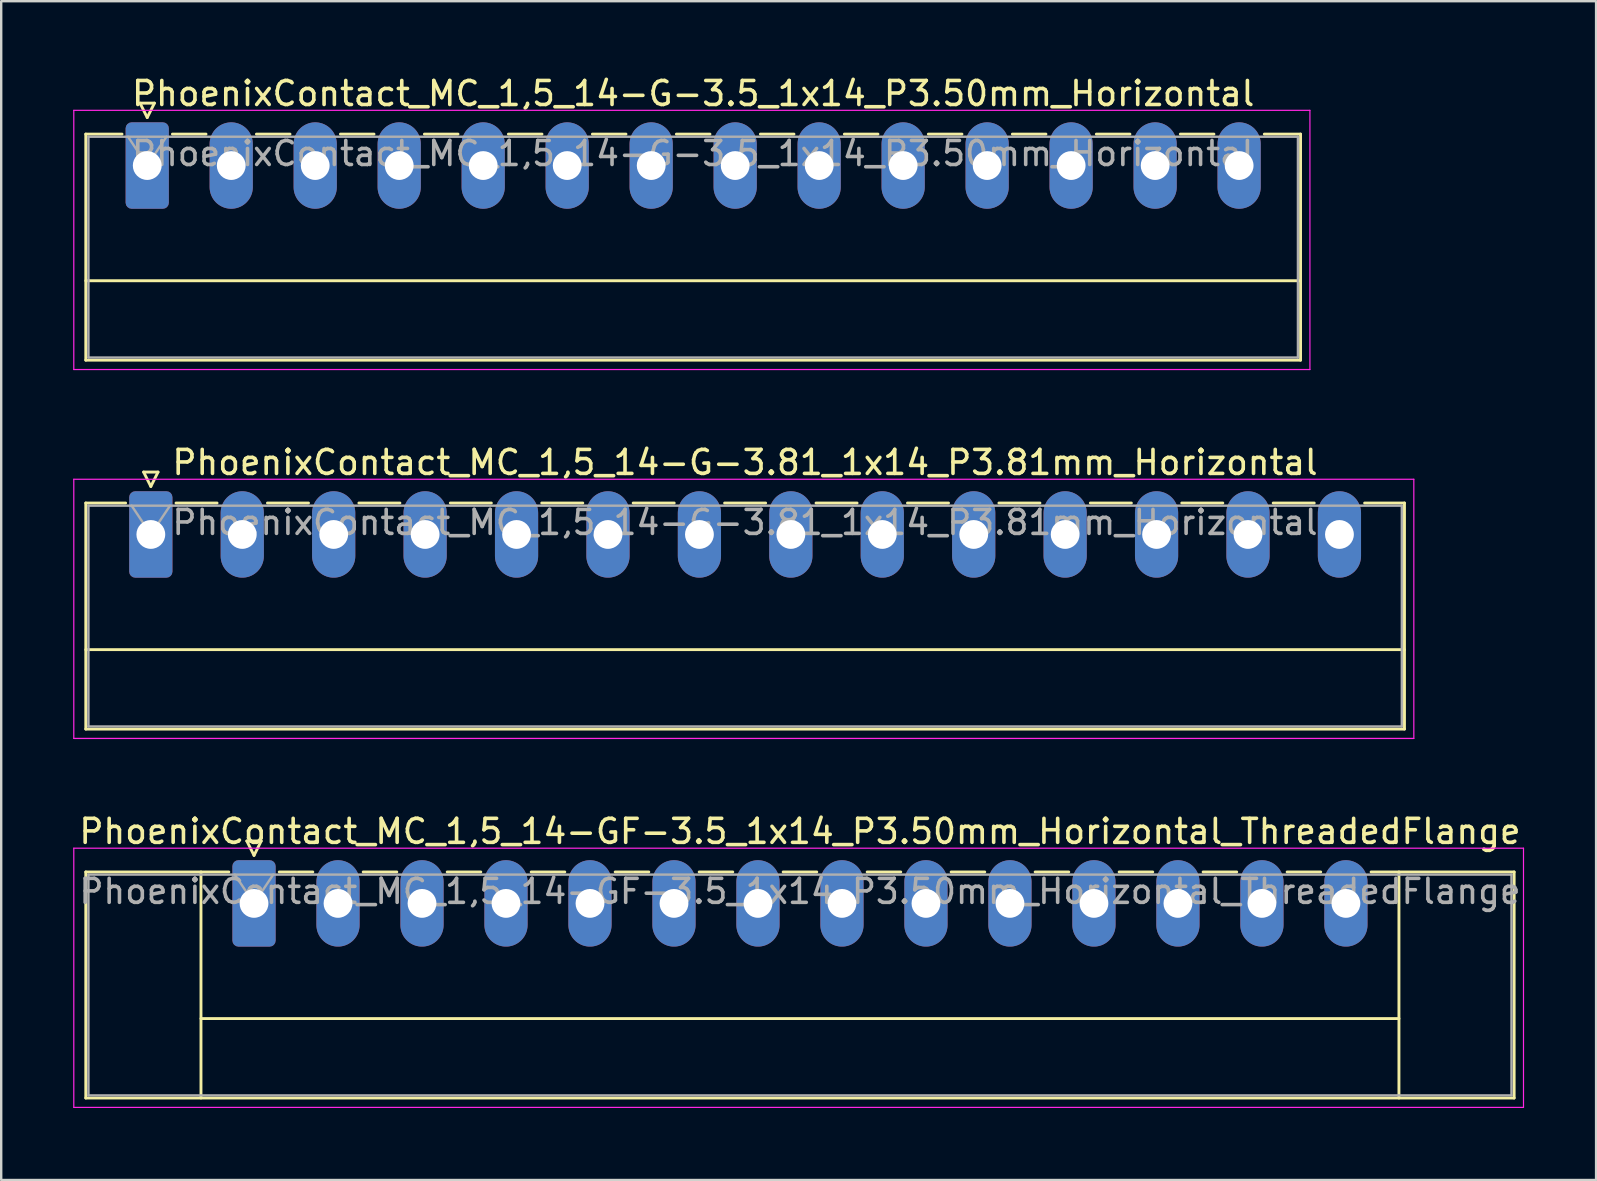
<source format=kicad_pcb>
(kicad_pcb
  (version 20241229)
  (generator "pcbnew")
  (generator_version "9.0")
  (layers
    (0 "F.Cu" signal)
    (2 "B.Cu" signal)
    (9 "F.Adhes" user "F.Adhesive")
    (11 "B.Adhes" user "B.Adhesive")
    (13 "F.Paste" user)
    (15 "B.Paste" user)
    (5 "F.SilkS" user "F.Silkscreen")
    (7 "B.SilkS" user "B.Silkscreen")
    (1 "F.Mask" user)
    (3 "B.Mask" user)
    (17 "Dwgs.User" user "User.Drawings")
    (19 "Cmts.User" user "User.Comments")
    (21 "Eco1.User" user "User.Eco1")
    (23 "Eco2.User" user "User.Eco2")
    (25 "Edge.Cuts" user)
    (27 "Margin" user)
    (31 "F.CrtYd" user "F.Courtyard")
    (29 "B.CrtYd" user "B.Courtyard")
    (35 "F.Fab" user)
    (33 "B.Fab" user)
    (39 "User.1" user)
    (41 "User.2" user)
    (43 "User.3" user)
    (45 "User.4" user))
  (footprint "PhoenixContact_MC_1,5_14-G-3.81_1x14_P3.81mm_Horizontal"
    (layer "F.Cu")
    (at 3.235 19.221)
    (property "Reference" "PhoenixContact_MC_1,5_14-G-3.81_1x14_P3.81mm_Horizontal" (at 24.76 -3 0) (layer "F.SilkS") (effects (font (size 1 1) (thickness 0.15))))
    (attr through_hole)
    (fp_line (start -2.71 -1.31) (end -2.71 8.11) (stroke (width 0.12) (type solid)) (layer "F.SilkS"))
    (fp_line (start -2.71 -1.31) (end -1.05 -1.31) (stroke (width 0.12) (type solid)) (layer "F.SilkS"))
    (fp_line (start -2.71 4.8) (end 52.24 4.8) (stroke (width 0.12) (type solid)) (layer "F.SilkS"))
    (fp_line (start -2.71 8.11) (end 52.24 8.11) (stroke (width 0.12) (type solid)) (layer "F.SilkS"))
    (fp_line (start -0.3 -2.6) (end 0.3 -2.6) (stroke (width 0.12) (type solid)) (layer "F.SilkS"))
    (fp_line (start 0 -2) (end -0.3 -2.6) (stroke (width 0.12) (type solid)) (layer "F.SilkS"))
    (fp_line (start 0.3 -2.6) (end 0 -2) (stroke (width 0.12) (type solid)) (layer "F.SilkS"))
    (fp_line (start 1.05 -1.31) (end 2.76 -1.31) (stroke (width 0.12) (type solid)) (layer "F.SilkS"))
    (fp_line (start 4.86 -1.31) (end 6.57 -1.31) (stroke (width 0.12) (type solid)) (layer "F.SilkS"))
    (fp_line (start 8.67 -1.31) (end 10.38 -1.31) (stroke (width 0.12) (type solid)) (layer "F.SilkS"))
    (fp_line (start 12.48 -1.31) (end 14.19 -1.31) (stroke (width 0.12) (type solid)) (layer "F.SilkS"))
    (fp_line (start 16.29 -1.31) (end 18 -1.31) (stroke (width 0.12) (type solid)) (layer "F.SilkS"))
    (fp_line (start 20.1 -1.31) (end 21.81 -1.31) (stroke (width 0.12) (type solid)) (layer "F.SilkS"))
    (fp_line (start 23.91 -1.31) (end 25.62 -1.31) (stroke (width 0.12) (type solid)) (layer "F.SilkS"))
    (fp_line (start 27.72 -1.31) (end 29.43 -1.31) (stroke (width 0.12) (type solid)) (layer "F.SilkS"))
    (fp_line (start 31.53 -1.31) (end 33.24 -1.31) (stroke (width 0.12) (type solid)) (layer "F.SilkS"))
    (fp_line (start 35.34 -1.31) (end 37.05 -1.31) (stroke (width 0.12) (type solid)) (layer "F.SilkS"))
    (fp_line (start 39.15 -1.31) (end 40.86 -1.31) (stroke (width 0.12) (type solid)) (layer "F.SilkS"))
    (fp_line (start 42.96 -1.31) (end 44.67 -1.31) (stroke (width 0.12) (type solid)) (layer "F.SilkS"))
    (fp_line (start 46.77 -1.31) (end 48.48 -1.31) (stroke (width 0.12) (type solid)) (layer "F.SilkS"))
    (fp_line (start 52.24 -1.31) (end 50.58 -1.31) (stroke (width 0.12) (type solid)) (layer "F.SilkS"))
    (fp_line (start 52.24 8.11) (end 52.24 -1.31) (stroke (width 0.12) (type solid)) (layer "F.SilkS"))
    (fp_line (start -3.21 -2.3) (end -3.21 8.5) (stroke (width 0.05) (type solid)) (layer "F.CrtYd"))
    (fp_line (start -3.21 8.5) (end 52.63 8.5) (stroke (width 0.05) (type solid)) (layer "F.CrtYd"))
    (fp_line (start 52.63 -2.3) (end -3.21 -2.3) (stroke (width 0.05) (type solid)) (layer "F.CrtYd"))
    (fp_line (start 52.63 8.5) (end 52.63 -2.3) (stroke (width 0.05) (type solid)) (layer "F.CrtYd"))
    (fp_line (start -2.6 -1.2) (end -2.6 8) (stroke (width 0.1) (type solid)) (layer "F.Fab"))
    (fp_line (start -2.6 8) (end 52.13 8) (stroke (width 0.1) (type solid)) (layer "F.Fab"))
    (fp_line (start 0 0) (end -0.8 -1.2) (stroke (width 0.1) (type solid)) (layer "F.Fab"))
    (fp_line (start 0.8 -1.2) (end 0 0) (stroke (width 0.1) (type solid)) (layer "F.Fab"))
    (fp_line (start 52.13 -1.2) (end -2.6 -1.2) (stroke (width 0.1) (type solid)) (layer "F.Fab"))
    (fp_line (start 52.13 8) (end 52.13 -1.2) (stroke (width 0.1) (type solid)) (layer "F.Fab"))
    (fp_text user "${REFERENCE}" (at 24.76 -0.5 0) (layer "F.Fab") (effects (font (size 1 1) (thickness 0.15))))
    (pad "1" thru_hole roundrect (at 0 0) (size 1.8 3.6) (drill 1.2) (layers "*.Cu" "*.Mask") (roundrect_rratio 0.139))
    (pad "2" thru_hole oval (at 3.81 0) (size 1.8 3.6) (drill 1.2) (layers "*.Cu" "*.Mask"))
    (pad "3" thru_hole oval (at 7.62 0) (size 1.8 3.6) (drill 1.2) (layers "*.Cu" "*.Mask"))
    (pad "4" thru_hole oval (at 11.43 0) (size 1.8 3.6) (drill 1.2) (layers "*.Cu" "*.Mask"))
    (pad "5" thru_hole oval (at 15.24 0) (size 1.8 3.6) (drill 1.2) (layers "*.Cu" "*.Mask"))
    (pad "6" thru_hole oval (at 19.05 0) (size 1.8 3.6) (drill 1.2) (layers "*.Cu" "*.Mask"))
    (pad "7" thru_hole oval (at 22.86 0) (size 1.8 3.6) (drill 1.2) (layers "*.Cu" "*.Mask"))
    (pad "8" thru_hole oval (at 26.67 0) (size 1.8 3.6) (drill 1.2) (layers "*.Cu" "*.Mask"))
    (pad "9" thru_hole oval (at 30.48 0) (size 1.8 3.6) (drill 1.2) (layers "*.Cu" "*.Mask"))
    (pad "10" thru_hole oval (at 34.29 0) (size 1.8 3.6) (drill 1.2) (layers "*.Cu" "*.Mask"))
    (pad "11" thru_hole oval (at 38.1 0) (size 1.8 3.6) (drill 1.2) (layers "*.Cu" "*.Mask"))
    (pad "12" thru_hole oval (at 41.91 0) (size 1.8 3.6) (drill 1.2) (layers "*.Cu" "*.Mask"))
    (pad "13" thru_hole oval (at 45.72 0) (size 1.8 3.6) (drill 1.2) (layers "*.Cu" "*.Mask"))
    (pad "14" thru_hole oval (at 49.53 0) (size 1.8 3.6) (drill 1.2) (layers "*.Cu" "*.Mask")))
  (footprint "PhoenixContact_MC_1,5_14-G-3.5_1x14_P3.50mm_Horizontal"
    (layer "F.Cu")
    (at 3.085 3.848)
    (property "Reference" "PhoenixContact_MC_1,5_14-G-3.5_1x14_P3.50mm_Horizontal" (at 22.75 -3 0) (layer "F.SilkS") (effects (font (size 1 1) (thickness 0.15))))
    (attr through_hole)
    (fp_line (start -2.56 -1.31) (end -2.56 8.11) (stroke (width 0.12) (type solid)) (layer "F.SilkS"))
    (fp_line (start -2.56 -1.31) (end -1.05 -1.31) (stroke (width 0.12) (type solid)) (layer "F.SilkS"))
    (fp_line (start -2.56 4.8) (end 48.06 4.8) (stroke (width 0.12) (type solid)) (layer "F.SilkS"))
    (fp_line (start -2.56 8.11) (end 48.06 8.11) (stroke (width 0.12) (type solid)) (layer "F.SilkS"))
    (fp_line (start -0.3 -2.6) (end 0.3 -2.6) (stroke (width 0.12) (type solid)) (layer "F.SilkS"))
    (fp_line (start 0 -2) (end -0.3 -2.6) (stroke (width 0.12) (type solid)) (layer "F.SilkS"))
    (fp_line (start 0.3 -2.6) (end 0 -2) (stroke (width 0.12) (type solid)) (layer "F.SilkS"))
    (fp_line (start 1.05 -1.31) (end 2.45 -1.31) (stroke (width 0.12) (type solid)) (layer "F.SilkS"))
    (fp_line (start 4.55 -1.31) (end 5.95 -1.31) (stroke (width 0.12) (type solid)) (layer "F.SilkS"))
    (fp_line (start 8.05 -1.31) (end 9.45 -1.31) (stroke (width 0.12) (type solid)) (layer "F.SilkS"))
    (fp_line (start 11.55 -1.31) (end 12.95 -1.31) (stroke (width 0.12) (type solid)) (layer "F.SilkS"))
    (fp_line (start 15.05 -1.31) (end 16.45 -1.31) (stroke (width 0.12) (type solid)) (layer "F.SilkS"))
    (fp_line (start 18.55 -1.31) (end 19.95 -1.31) (stroke (width 0.12) (type solid)) (layer "F.SilkS"))
    (fp_line (start 22.05 -1.31) (end 23.45 -1.31) (stroke (width 0.12) (type solid)) (layer "F.SilkS"))
    (fp_line (start 25.55 -1.31) (end 26.95 -1.31) (stroke (width 0.12) (type solid)) (layer "F.SilkS"))
    (fp_line (start 29.05 -1.31) (end 30.45 -1.31) (stroke (width 0.12) (type solid)) (layer "F.SilkS"))
    (fp_line (start 32.55 -1.31) (end 33.95 -1.31) (stroke (width 0.12) (type solid)) (layer "F.SilkS"))
    (fp_line (start 36.05 -1.31) (end 37.45 -1.31) (stroke (width 0.12) (type solid)) (layer "F.SilkS"))
    (fp_line (start 39.55 -1.31) (end 40.95 -1.31) (stroke (width 0.12) (type solid)) (layer "F.SilkS"))
    (fp_line (start 43.05 -1.31) (end 44.45 -1.31) (stroke (width 0.12) (type solid)) (layer "F.SilkS"))
    (fp_line (start 48.06 -1.31) (end 46.55 -1.31) (stroke (width 0.12) (type solid)) (layer "F.SilkS"))
    (fp_line (start 48.06 8.11) (end 48.06 -1.31) (stroke (width 0.12) (type solid)) (layer "F.SilkS"))
    (fp_line (start -3.06 -2.3) (end -3.06 8.5) (stroke (width 0.05) (type solid)) (layer "F.CrtYd"))
    (fp_line (start -3.06 8.5) (end 48.45 8.5) (stroke (width 0.05) (type solid)) (layer "F.CrtYd"))
    (fp_line (start 48.45 -2.3) (end -3.06 -2.3) (stroke (width 0.05) (type solid)) (layer "F.CrtYd"))
    (fp_line (start 48.45 8.5) (end 48.45 -2.3) (stroke (width 0.05) (type solid)) (layer "F.CrtYd"))
    (fp_line (start -2.45 -1.2) (end -2.45 8) (stroke (width 0.1) (type solid)) (layer "F.Fab"))
    (fp_line (start -2.45 8) (end 47.95 8) (stroke (width 0.1) (type solid)) (layer "F.Fab"))
    (fp_line (start 0 0) (end -0.8 -1.2) (stroke (width 0.1) (type solid)) (layer "F.Fab"))
    (fp_line (start 0.8 -1.2) (end 0 0) (stroke (width 0.1) (type solid)) (layer "F.Fab"))
    (fp_line (start 47.95 -1.2) (end -2.45 -1.2) (stroke (width 0.1) (type solid)) (layer "F.Fab"))
    (fp_line (start 47.95 8) (end 47.95 -1.2) (stroke (width 0.1) (type solid)) (layer "F.Fab"))
    (fp_text user "${REFERENCE}" (at 22.75 -0.5 0) (layer "F.Fab") (effects (font (size 1 1) (thickness 0.15))))
    (pad "1" thru_hole roundrect (at 0 0) (size 1.8 3.6) (drill 1.2) (layers "*.Cu" "*.Mask") (roundrect_rratio 0.139))
    (pad "2" thru_hole oval (at 3.5 0) (size 1.8 3.6) (drill 1.2) (layers "*.Cu" "*.Mask"))
    (pad "3" thru_hole oval (at 7 0) (size 1.8 3.6) (drill 1.2) (layers "*.Cu" "*.Mask"))
    (pad "4" thru_hole oval (at 10.5 0) (size 1.8 3.6) (drill 1.2) (layers "*.Cu" "*.Mask"))
    (pad "5" thru_hole oval (at 14 0) (size 1.8 3.6) (drill 1.2) (layers "*.Cu" "*.Mask"))
    (pad "6" thru_hole oval (at 17.5 0) (size 1.8 3.6) (drill 1.2) (layers "*.Cu" "*.Mask"))
    (pad "7" thru_hole oval (at 21 0) (size 1.8 3.6) (drill 1.2) (layers "*.Cu" "*.Mask"))
    (pad "8" thru_hole oval (at 24.5 0) (size 1.8 3.6) (drill 1.2) (layers "*.Cu" "*.Mask"))
    (pad "9" thru_hole oval (at 28 0) (size 1.8 3.6) (drill 1.2) (layers "*.Cu" "*.Mask"))
    (pad "10" thru_hole oval (at 31.5 0) (size 1.8 3.6) (drill 1.2) (layers "*.Cu" "*.Mask"))
    (pad "11" thru_hole oval (at 35 0) (size 1.8 3.6) (drill 1.2) (layers "*.Cu" "*.Mask"))
    (pad "12" thru_hole oval (at 38.5 0) (size 1.8 3.6) (drill 1.2) (layers "*.Cu" "*.Mask"))
    (pad "13" thru_hole oval (at 42 0) (size 1.8 3.6) (drill 1.2) (layers "*.Cu" "*.Mask"))
    (pad "14" thru_hole oval (at 45.5 0) (size 1.8 3.6) (drill 1.2) (layers "*.Cu" "*.Mask")))
  (footprint "PhoenixContact_MC_1,5_14-GF-3.5_1x14_P3.50mm_Horizontal_ThreadedFlange"
    (layer "F.Cu")
    (at 7.535 34.595)
    (property "Reference" "PhoenixContact_MC_1,5_14-GF-3.5_1x14_P3.50mm_Horizontal_ThreadedFlange" (at 22.75 -3 0) (layer "F.SilkS") (effects (font (size 1 1) (thickness 0.15))))
    (attr through_hole)
    (fp_line (start -7.01 -1.31) (end -7.01 8.11) (stroke (width 0.12) (type solid)) (layer "F.SilkS"))
    (fp_line (start -7.01 -1.31) (end -1.05 -1.31) (stroke (width 0.12) (type solid)) (layer "F.SilkS"))
    (fp_line (start -7.01 8.11) (end 52.51 8.11) (stroke (width 0.12) (type solid)) (layer "F.SilkS"))
    (fp_line (start -2.21 -1.31) (end -2.21 8.11) (stroke (width 0.12) (type solid)) (layer "F.SilkS"))
    (fp_line (start -2.21 4.8) (end 47.71 4.8) (stroke (width 0.12) (type solid)) (layer "F.SilkS"))
    (fp_line (start -0.3 -2.6) (end 0.3 -2.6) (stroke (width 0.12) (type solid)) (layer "F.SilkS"))
    (fp_line (start 0 -2) (end -0.3 -2.6) (stroke (width 0.12) (type solid)) (layer "F.SilkS"))
    (fp_line (start 0.3 -2.6) (end 0 -2) (stroke (width 0.12) (type solid)) (layer "F.SilkS"))
    (fp_line (start 1.05 -1.31) (end 2.45 -1.31) (stroke (width 0.12) (type solid)) (layer "F.SilkS"))
    (fp_line (start 4.55 -1.31) (end 5.95 -1.31) (stroke (width 0.12) (type solid)) (layer "F.SilkS"))
    (fp_line (start 8.05 -1.31) (end 9.45 -1.31) (stroke (width 0.12) (type solid)) (layer "F.SilkS"))
    (fp_line (start 11.55 -1.31) (end 12.95 -1.31) (stroke (width 0.12) (type solid)) (layer "F.SilkS"))
    (fp_line (start 15.05 -1.31) (end 16.45 -1.31) (stroke (width 0.12) (type solid)) (layer "F.SilkS"))
    (fp_line (start 18.55 -1.31) (end 19.95 -1.31) (stroke (width 0.12) (type solid)) (layer "F.SilkS"))
    (fp_line (start 22.05 -1.31) (end 23.45 -1.31) (stroke (width 0.12) (type solid)) (layer "F.SilkS"))
    (fp_line (start 25.55 -1.31) (end 26.95 -1.31) (stroke (width 0.12) (type solid)) (layer "F.SilkS"))
    (fp_line (start 29.05 -1.31) (end 30.45 -1.31) (stroke (width 0.12) (type solid)) (layer "F.SilkS"))
    (fp_line (start 32.55 -1.31) (end 33.95 -1.31) (stroke (width 0.12) (type solid)) (layer "F.SilkS"))
    (fp_line (start 36.05 -1.31) (end 37.45 -1.31) (stroke (width 0.12) (type solid)) (layer "F.SilkS"))
    (fp_line (start 39.55 -1.31) (end 40.95 -1.31) (stroke (width 0.12) (type solid)) (layer "F.SilkS"))
    (fp_line (start 43.05 -1.31) (end 44.45 -1.31) (stroke (width 0.12) (type solid)) (layer "F.SilkS"))
    (fp_line (start 47.71 -1.31) (end 47.71 8.11) (stroke (width 0.12) (type solid)) (layer "F.SilkS"))
    (fp_line (start 52.51 -1.31) (end 46.55 -1.31) (stroke (width 0.12) (type solid)) (layer "F.SilkS"))
    (fp_line (start 52.51 8.11) (end 52.51 -1.31) (stroke (width 0.12) (type solid)) (layer "F.SilkS"))
    (fp_line (start -7.51 -2.3) (end -7.51 8.5) (stroke (width 0.05) (type solid)) (layer "F.CrtYd"))
    (fp_line (start -7.51 8.5) (end 52.9 8.5) (stroke (width 0.05) (type solid)) (layer "F.CrtYd"))
    (fp_line (start 52.9 -2.3) (end -7.51 -2.3) (stroke (width 0.05) (type solid)) (layer "F.CrtYd"))
    (fp_line (start 52.9 8.5) (end 52.9 -2.3) (stroke (width 0.05) (type solid)) (layer "F.CrtYd"))
    (fp_line (start -6.9 -1.2) (end -6.9 8) (stroke (width 0.1) (type solid)) (layer "F.Fab"))
    (fp_line (start -6.9 8) (end 52.4 8) (stroke (width 0.1) (type solid)) (layer "F.Fab"))
    (fp_line (start 0 0) (end -0.8 -1.2) (stroke (width 0.1) (type solid)) (layer "F.Fab"))
    (fp_line (start 0.8 -1.2) (end 0 0) (stroke (width 0.1) (type solid)) (layer "F.Fab"))
    (fp_line (start 52.4 -1.2) (end -6.9 -1.2) (stroke (width 0.1) (type solid)) (layer "F.Fab"))
    (fp_line (start 52.4 8) (end 52.4 -1.2) (stroke (width 0.1) (type solid)) (layer "F.Fab"))
    (fp_text user "${REFERENCE}" (at 22.75 -0.5 0) (layer "F.Fab") (effects (font (size 1 1) (thickness 0.15))))
    (pad "1" thru_hole roundrect (at 0 0) (size 1.8 3.6) (drill 1.2) (layers "*.Cu" "*.Mask") (roundrect_rratio 0.139))
    (pad "2" thru_hole oval (at 3.5 0) (size 1.8 3.6) (drill 1.2) (layers "*.Cu" "*.Mask"))
    (pad "3" thru_hole oval (at 7 0) (size 1.8 3.6) (drill 1.2) (layers "*.Cu" "*.Mask"))
    (pad "4" thru_hole oval (at 10.5 0) (size 1.8 3.6) (drill 1.2) (layers "*.Cu" "*.Mask"))
    (pad "5" thru_hole oval (at 14 0) (size 1.8 3.6) (drill 1.2) (layers "*.Cu" "*.Mask"))
    (pad "6" thru_hole oval (at 17.5 0) (size 1.8 3.6) (drill 1.2) (layers "*.Cu" "*.Mask"))
    (pad "7" thru_hole oval (at 21 0) (size 1.8 3.6) (drill 1.2) (layers "*.Cu" "*.Mask"))
    (pad "8" thru_hole oval (at 24.5 0) (size 1.8 3.6) (drill 1.2) (layers "*.Cu" "*.Mask"))
    (pad "9" thru_hole oval (at 28 0) (size 1.8 3.6) (drill 1.2) (layers "*.Cu" "*.Mask"))
    (pad "10" thru_hole oval (at 31.5 0) (size 1.8 3.6) (drill 1.2) (layers "*.Cu" "*.Mask"))
    (pad "11" thru_hole oval (at 35 0) (size 1.8 3.6) (drill 1.2) (layers "*.Cu" "*.Mask"))
    (pad "12" thru_hole oval (at 38.5 0) (size 1.8 3.6) (drill 1.2) (layers "*.Cu" "*.Mask"))
    (pad "13" thru_hole oval (at 42 0) (size 1.8 3.6) (drill 1.2) (layers "*.Cu" "*.Mask"))
    (pad "14" thru_hole oval (at 45.5 0) (size 1.8 3.6) (drill 1.2) (layers "*.Cu" "*.Mask")))
  (gr_rect
    (start -3 -3)
    (end 63.46 46.12)
    (stroke (width 0.1) (type default))
    (fill no)
    (layer "Edge.Cuts")))
</source>
